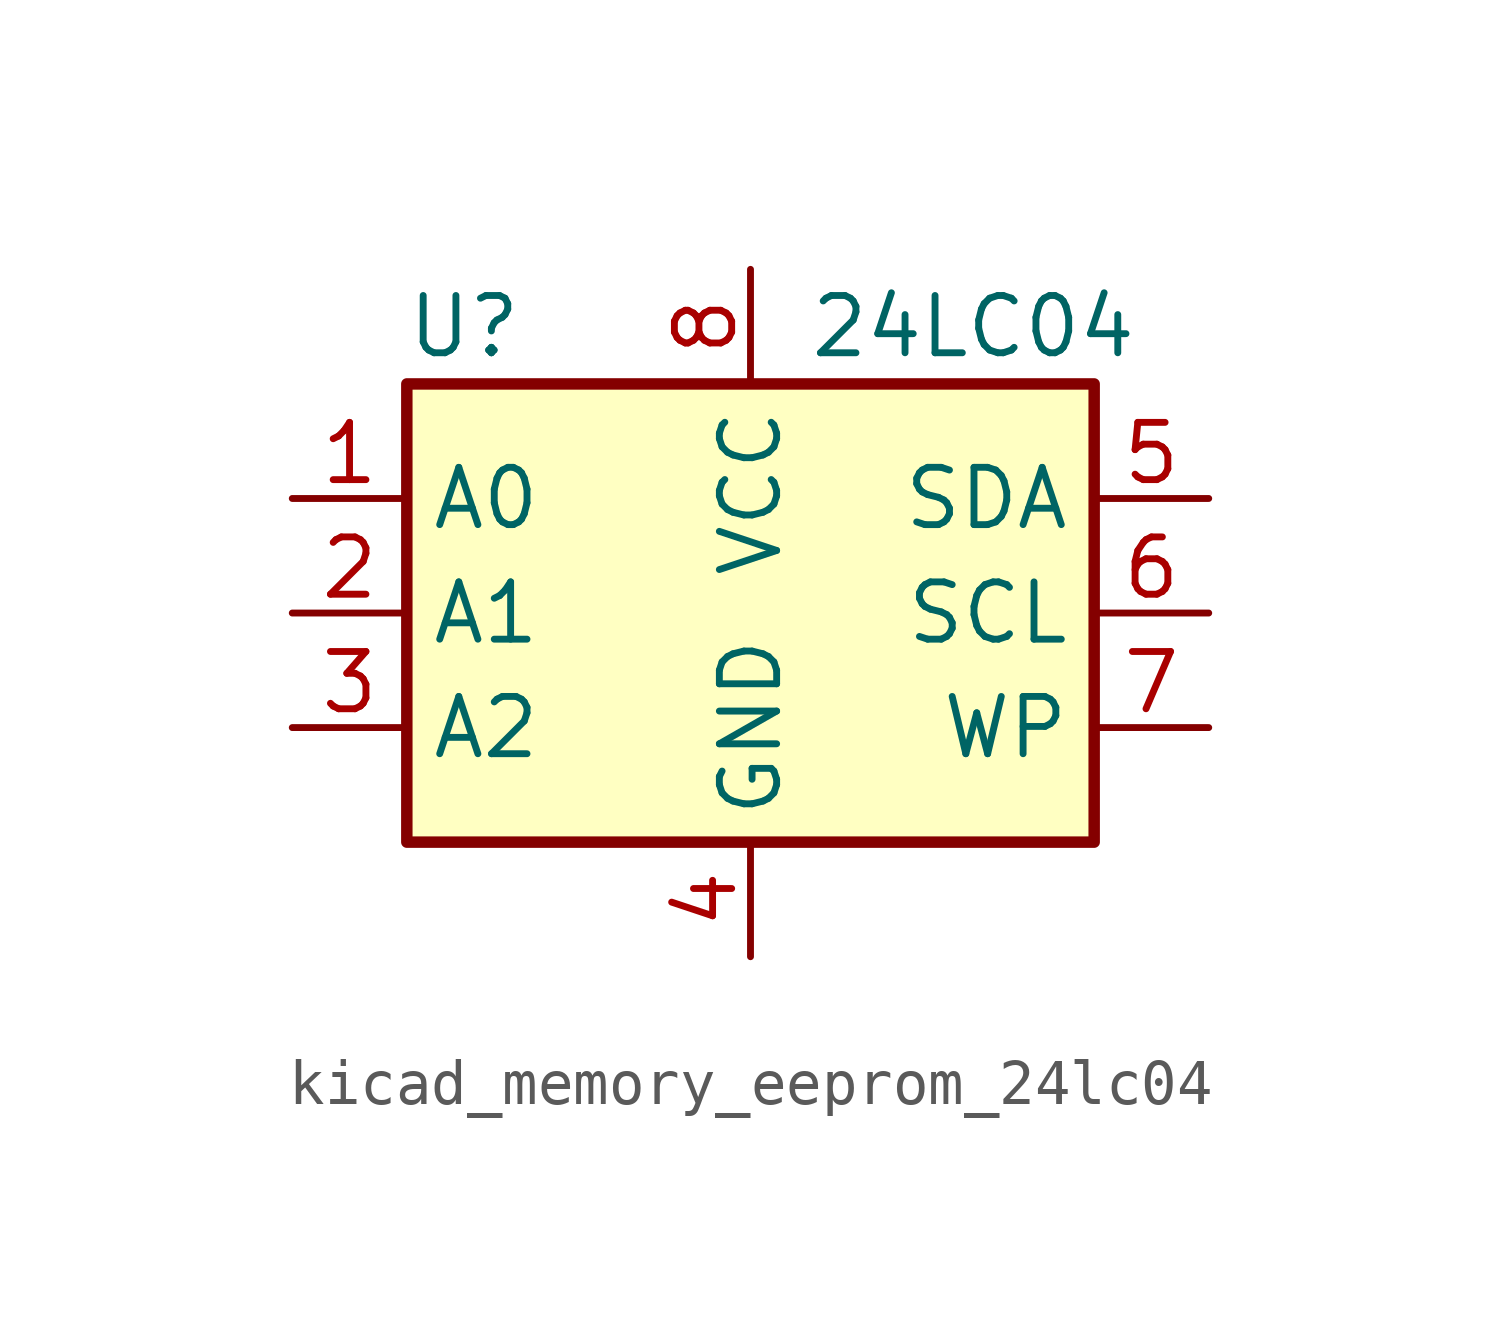
<source format=kicad_sym>
(kicad_symbol_lib
  (version 20220914)
  (generator kicad_symbol_editor)
  (symbol "kicad_memory_eeprom_24lc04"
    (property "Reference" "U"
      (at -6.35 6.35 0)
      (effects (font (size 1.27 1.27))))
    (property "Value" "24LC04"
      (at 1.27 6.35 0)
      (effects (font (size 1.27 1.27)) (justify left)))
    (symbol "kicad_memory_eeprom_24lc04_1_1"
      (rectangle (start -7.62 5.08) (end 7.62 -5.08) (stroke (width 0.254) (type default)) (fill (type background)))
      (pin input line (at -10.16 2.54 0) (length 2.54) (name "A0" (effects (font (size 1.27 1.27)))) (number "1" (effects (font (size 1.27 1.27)))))
      (pin input line (at -10.16 0 0) (length 2.54) (name "A1" (effects (font (size 1.27 1.27)))) (number "2" (effects (font (size 1.27 1.27)))))
      (pin input line (at -10.16 -2.54 0) (length 2.54) (name "A2" (effects (font (size 1.27 1.27)))) (number "3" (effects (font (size 1.27 1.27)))))
      (pin power_in line (at 0 -7.62 90) (length 2.54) (name "GND" (effects (font (size 1.27 1.27)))) (number "4" (effects (font (size 1.27 1.27)))))
      (pin bidirectional line (at 10.16 2.54 180) (length 2.54) (name "SDA" (effects (font (size 1.27 1.27)))) (number "5" (effects (font (size 1.27 1.27)))))
      (pin input line (at 10.16 0 180) (length 2.54) (name "SCL" (effects (font (size 1.27 1.27)))) (number "6" (effects (font (size 1.27 1.27)))))
      (pin input line (at 10.16 -2.54 180) (length 2.54) (name "WP" (effects (font (size 1.27 1.27)))) (number "7" (effects (font (size 1.27 1.27)))))
      (pin power_in line (at 0 7.62 270) (length 2.54) (name "VCC" (effects (font (size 1.27 1.27)))) (number "8" (effects (font (size 1.27 1.27))))))))
</source>
